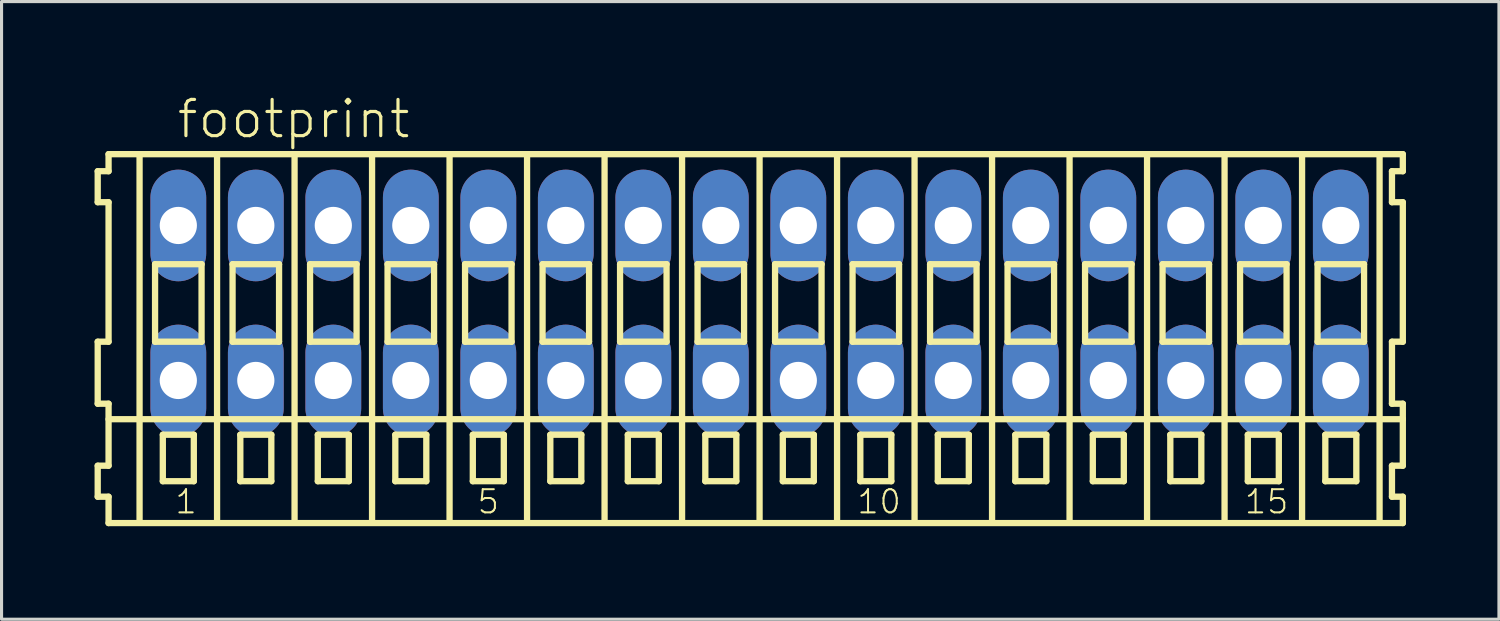
<source format=kicad_pcb>
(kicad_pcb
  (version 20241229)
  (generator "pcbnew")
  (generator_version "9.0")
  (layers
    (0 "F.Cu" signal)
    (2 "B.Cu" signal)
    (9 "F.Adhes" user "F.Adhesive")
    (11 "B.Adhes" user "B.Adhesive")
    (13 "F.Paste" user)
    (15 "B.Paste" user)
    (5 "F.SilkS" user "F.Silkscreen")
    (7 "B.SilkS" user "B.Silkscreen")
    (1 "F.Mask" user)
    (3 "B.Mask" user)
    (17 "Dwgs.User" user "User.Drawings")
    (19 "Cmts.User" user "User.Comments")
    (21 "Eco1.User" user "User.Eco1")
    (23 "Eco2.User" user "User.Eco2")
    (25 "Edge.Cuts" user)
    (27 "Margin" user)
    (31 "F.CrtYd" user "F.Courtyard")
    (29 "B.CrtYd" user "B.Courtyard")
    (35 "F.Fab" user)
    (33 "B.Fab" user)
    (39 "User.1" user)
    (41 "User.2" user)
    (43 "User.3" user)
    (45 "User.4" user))
  (footprint "footprint"
    (layer "F.Cu")
    (at 21.452 6.723)
    (property "Reference" "footprint" (at -18.85 -5.25 0) (layer "F.SilkS") (effects (font (size 1.168 1.168) (thickness 0.102)) (justify left bottom)))
    (fp_line (start -21.35 -4.25) (end -21.35 -3.25) (stroke (width 0.203) (type solid)) (layer "F.SilkS"))
    (fp_line (start -21.35 -3.25) (end -21 -3.25) (stroke (width 0.203) (type solid)) (layer "F.SilkS"))
    (fp_line (start -21.35 1.25) (end -21.35 3.25) (stroke (width 0.203) (type solid)) (layer "F.SilkS"))
    (fp_line (start -21.35 3.25) (end -21 3.25) (stroke (width 0.203) (type solid)) (layer "F.SilkS"))
    (fp_line (start -21.35 5.25) (end -21.35 6.25) (stroke (width 0.203) (type solid)) (layer "F.SilkS"))
    (fp_line (start -21.35 6.25) (end -21 6.25) (stroke (width 0.203) (type solid)) (layer "F.SilkS"))
    (fp_line (start -21 -4.8) (end -21 -4.25) (stroke (width 0.203) (type solid)) (layer "F.SilkS"))
    (fp_line (start -21 -4.25) (end -21.35 -4.25) (stroke (width 0.203) (type solid)) (layer "F.SilkS"))
    (fp_line (start -21 -3.25) (end -21 1.25) (stroke (width 0.203) (type solid)) (layer "F.SilkS"))
    (fp_line (start -21 1.25) (end -21.35 1.25) (stroke (width 0.203) (type solid)) (layer "F.SilkS"))
    (fp_line (start -21 3.25) (end -21 5.25) (stroke (width 0.203) (type solid)) (layer "F.SilkS"))
    (fp_line (start -21 3.75) (end 20.75 3.75) (stroke (width 0.203) (type solid)) (layer "F.SilkS"))
    (fp_line (start -21 5.25) (end -21.35 5.25) (stroke (width 0.203) (type solid)) (layer "F.SilkS"))
    (fp_line (start -21 6.25) (end -21 7.1) (stroke (width 0.203) (type solid)) (layer "F.SilkS"))
    (fp_line (start -21 7.1) (end 20.75 7.1) (stroke (width 0.203) (type solid)) (layer "F.SilkS"))
    (fp_line (start -20 -4.75) (end -20 7) (stroke (width 0.203) (type solid)) (layer "F.SilkS"))
    (fp_line (start -19.5 -1.25) (end -19.5 1.25) (stroke (width 0.203) (type solid)) (layer "F.SilkS"))
    (fp_line (start -19.5 1.25) (end -18 1.25) (stroke (width 0.203) (type solid)) (layer "F.SilkS"))
    (fp_line (start -19.25 4.25) (end -19.25 5.75) (stroke (width 0.203) (type solid)) (layer "F.SilkS"))
    (fp_line (start -19.25 5.75) (end -18.25 5.75) (stroke (width 0.203) (type solid)) (layer "F.SilkS"))
    (fp_line (start -18.25 4.25) (end -19.25 4.25) (stroke (width 0.203) (type solid)) (layer "F.SilkS"))
    (fp_line (start -18.25 5.75) (end -18.25 4.25) (stroke (width 0.203) (type solid)) (layer "F.SilkS"))
    (fp_line (start -18 -1.25) (end -19.5 -1.25) (stroke (width 0.203) (type solid)) (layer "F.SilkS"))
    (fp_line (start -18 1.25) (end -18 -1.25) (stroke (width 0.203) (type solid)) (layer "F.SilkS"))
    (fp_line (start -17.5 -4.75) (end -17.5 7) (stroke (width 0.203) (type solid)) (layer "F.SilkS"))
    (fp_line (start -17 -1.25) (end -17 1.25) (stroke (width 0.203) (type solid)) (layer "F.SilkS"))
    (fp_line (start -17 1.25) (end -15.5 1.25) (stroke (width 0.203) (type solid)) (layer "F.SilkS"))
    (fp_line (start -16.75 4.25) (end -16.75 5.75) (stroke (width 0.203) (type solid)) (layer "F.SilkS"))
    (fp_line (start -16.75 5.75) (end -15.75 5.75) (stroke (width 0.203) (type solid)) (layer "F.SilkS"))
    (fp_line (start -15.75 4.25) (end -16.75 4.25) (stroke (width 0.203) (type solid)) (layer "F.SilkS"))
    (fp_line (start -15.75 5.75) (end -15.75 4.25) (stroke (width 0.203) (type solid)) (layer "F.SilkS"))
    (fp_line (start -15.5 -1.25) (end -17 -1.25) (stroke (width 0.203) (type solid)) (layer "F.SilkS"))
    (fp_line (start -15.5 1.25) (end -15.5 -1.25) (stroke (width 0.203) (type solid)) (layer "F.SilkS"))
    (fp_line (start -15 -4.75) (end -15 7) (stroke (width 0.203) (type solid)) (layer "F.SilkS"))
    (fp_line (start -14.5 -1.25) (end -14.5 1.25) (stroke (width 0.203) (type solid)) (layer "F.SilkS"))
    (fp_line (start -14.5 1.25) (end -13 1.25) (stroke (width 0.203) (type solid)) (layer "F.SilkS"))
    (fp_line (start -14.25 4.25) (end -14.25 5.75) (stroke (width 0.203) (type solid)) (layer "F.SilkS"))
    (fp_line (start -14.25 5.75) (end -13.25 5.75) (stroke (width 0.203) (type solid)) (layer "F.SilkS"))
    (fp_line (start -13.25 4.25) (end -14.25 4.25) (stroke (width 0.203) (type solid)) (layer "F.SilkS"))
    (fp_line (start -13.25 5.75) (end -13.25 4.25) (stroke (width 0.203) (type solid)) (layer "F.SilkS"))
    (fp_line (start -13 -1.25) (end -14.5 -1.25) (stroke (width 0.203) (type solid)) (layer "F.SilkS"))
    (fp_line (start -13 1.25) (end -13 -1.25) (stroke (width 0.203) (type solid)) (layer "F.SilkS"))
    (fp_line (start -12.5 -4.75) (end -12.5 7) (stroke (width 0.203) (type solid)) (layer "F.SilkS"))
    (fp_line (start -12 -1.25) (end -12 1.25) (stroke (width 0.203) (type solid)) (layer "F.SilkS"))
    (fp_line (start -12 1.25) (end -10.5 1.25) (stroke (width 0.203) (type solid)) (layer "F.SilkS"))
    (fp_line (start -11.75 4.25) (end -11.75 5.75) (stroke (width 0.203) (type solid)) (layer "F.SilkS"))
    (fp_line (start -11.75 5.75) (end -10.75 5.75) (stroke (width 0.203) (type solid)) (layer "F.SilkS"))
    (fp_line (start -10.75 4.25) (end -11.75 4.25) (stroke (width 0.203) (type solid)) (layer "F.SilkS"))
    (fp_line (start -10.75 5.75) (end -10.75 4.25) (stroke (width 0.203) (type solid)) (layer "F.SilkS"))
    (fp_line (start -10.5 -1.25) (end -12 -1.25) (stroke (width 0.203) (type solid)) (layer "F.SilkS"))
    (fp_line (start -10.5 1.25) (end -10.5 -1.25) (stroke (width 0.203) (type solid)) (layer "F.SilkS"))
    (fp_line (start -10 -4.75) (end -10 7) (stroke (width 0.203) (type solid)) (layer "F.SilkS"))
    (fp_line (start -9.5 -1.25) (end -9.5 1.25) (stroke (width 0.203) (type solid)) (layer "F.SilkS"))
    (fp_line (start -9.5 1.25) (end -8 1.25) (stroke (width 0.203) (type solid)) (layer "F.SilkS"))
    (fp_line (start -9.25 4.25) (end -9.25 5.75) (stroke (width 0.203) (type solid)) (layer "F.SilkS"))
    (fp_line (start -9.25 5.75) (end -8.25 5.75) (stroke (width 0.203) (type solid)) (layer "F.SilkS"))
    (fp_line (start -8.25 4.25) (end -9.25 4.25) (stroke (width 0.203) (type solid)) (layer "F.SilkS"))
    (fp_line (start -8.25 5.75) (end -8.25 4.25) (stroke (width 0.203) (type solid)) (layer "F.SilkS"))
    (fp_line (start -8 -1.25) (end -9.5 -1.25) (stroke (width 0.203) (type solid)) (layer "F.SilkS"))
    (fp_line (start -8 1.25) (end -8 -1.25) (stroke (width 0.203) (type solid)) (layer "F.SilkS"))
    (fp_line (start -7.5 -4.75) (end -7.5 7) (stroke (width 0.203) (type solid)) (layer "F.SilkS"))
    (fp_line (start -7 -1.25) (end -7 1.25) (stroke (width 0.203) (type solid)) (layer "F.SilkS"))
    (fp_line (start -7 1.25) (end -5.5 1.25) (stroke (width 0.203) (type solid)) (layer "F.SilkS"))
    (fp_line (start -6.75 4.25) (end -6.75 5.75) (stroke (width 0.203) (type solid)) (layer "F.SilkS"))
    (fp_line (start -6.75 5.75) (end -5.75 5.75) (stroke (width 0.203) (type solid)) (layer "F.SilkS"))
    (fp_line (start -5.75 4.25) (end -6.75 4.25) (stroke (width 0.203) (type solid)) (layer "F.SilkS"))
    (fp_line (start -5.75 5.75) (end -5.75 4.25) (stroke (width 0.203) (type solid)) (layer "F.SilkS"))
    (fp_line (start -5.5 -1.25) (end -7 -1.25) (stroke (width 0.203) (type solid)) (layer "F.SilkS"))
    (fp_line (start -5.5 1.25) (end -5.5 -1.25) (stroke (width 0.203) (type solid)) (layer "F.SilkS"))
    (fp_line (start -5 -4.75) (end -5 7) (stroke (width 0.203) (type solid)) (layer "F.SilkS"))
    (fp_line (start -4.5 -1.25) (end -4.5 1.25) (stroke (width 0.203) (type solid)) (layer "F.SilkS"))
    (fp_line (start -4.5 1.25) (end -3 1.25) (stroke (width 0.203) (type solid)) (layer "F.SilkS"))
    (fp_line (start -4.25 4.25) (end -4.25 5.75) (stroke (width 0.203) (type solid)) (layer "F.SilkS"))
    (fp_line (start -4.25 5.75) (end -3.25 5.75) (stroke (width 0.203) (type solid)) (layer "F.SilkS"))
    (fp_line (start -3.25 4.25) (end -4.25 4.25) (stroke (width 0.203) (type solid)) (layer "F.SilkS"))
    (fp_line (start -3.25 5.75) (end -3.25 4.25) (stroke (width 0.203) (type solid)) (layer "F.SilkS"))
    (fp_line (start -3 -1.25) (end -4.5 -1.25) (stroke (width 0.203) (type solid)) (layer "F.SilkS"))
    (fp_line (start -3 1.25) (end -3 -1.25) (stroke (width 0.203) (type solid)) (layer "F.SilkS"))
    (fp_line (start -2.5 -4.75) (end -2.5 7) (stroke (width 0.203) (type solid)) (layer "F.SilkS"))
    (fp_line (start -2 -1.25) (end -2 1.25) (stroke (width 0.203) (type solid)) (layer "F.SilkS"))
    (fp_line (start -2 1.25) (end -0.5 1.25) (stroke (width 0.203) (type solid)) (layer "F.SilkS"))
    (fp_line (start -1.75 4.25) (end -1.75 5.75) (stroke (width 0.203) (type solid)) (layer "F.SilkS"))
    (fp_line (start -1.75 5.75) (end -0.75 5.75) (stroke (width 0.203) (type solid)) (layer "F.SilkS"))
    (fp_line (start -0.75 4.25) (end -1.75 4.25) (stroke (width 0.203) (type solid)) (layer "F.SilkS"))
    (fp_line (start -0.75 5.75) (end -0.75 4.25) (stroke (width 0.203) (type solid)) (layer "F.SilkS"))
    (fp_line (start -0.5 -1.25) (end -2 -1.25) (stroke (width 0.203) (type solid)) (layer "F.SilkS"))
    (fp_line (start -0.5 1.25) (end -0.5 -1.25) (stroke (width 0.203) (type solid)) (layer "F.SilkS"))
    (fp_line (start 0 -4.75) (end 0 7) (stroke (width 0.203) (type solid)) (layer "F.SilkS"))
    (fp_line (start 0.5 -1.25) (end 0.5 1.25) (stroke (width 0.203) (type solid)) (layer "F.SilkS"))
    (fp_line (start 0.5 1.25) (end 2 1.25) (stroke (width 0.203) (type solid)) (layer "F.SilkS"))
    (fp_line (start 0.75 4.25) (end 0.75 5.75) (stroke (width 0.203) (type solid)) (layer "F.SilkS"))
    (fp_line (start 0.75 5.75) (end 1.75 5.75) (stroke (width 0.203) (type solid)) (layer "F.SilkS"))
    (fp_line (start 1.75 4.25) (end 0.75 4.25) (stroke (width 0.203) (type solid)) (layer "F.SilkS"))
    (fp_line (start 1.75 5.75) (end 1.75 4.25) (stroke (width 0.203) (type solid)) (layer "F.SilkS"))
    (fp_line (start 2 -1.25) (end 0.5 -1.25) (stroke (width 0.203) (type solid)) (layer "F.SilkS"))
    (fp_line (start 2 1.25) (end 2 -1.25) (stroke (width 0.203) (type solid)) (layer "F.SilkS"))
    (fp_line (start 2.5 -4.75) (end 2.5 7) (stroke (width 0.203) (type solid)) (layer "F.SilkS"))
    (fp_line (start 3 -1.25) (end 3 1.25) (stroke (width 0.203) (type solid)) (layer "F.SilkS"))
    (fp_line (start 3 1.25) (end 4.5 1.25) (stroke (width 0.203) (type solid)) (layer "F.SilkS"))
    (fp_line (start 3.25 4.25) (end 3.25 5.75) (stroke (width 0.203) (type solid)) (layer "F.SilkS"))
    (fp_line (start 3.25 5.75) (end 4.25 5.75) (stroke (width 0.203) (type solid)) (layer "F.SilkS"))
    (fp_line (start 4.25 4.25) (end 3.25 4.25) (stroke (width 0.203) (type solid)) (layer "F.SilkS"))
    (fp_line (start 4.25 5.75) (end 4.25 4.25) (stroke (width 0.203) (type solid)) (layer "F.SilkS"))
    (fp_line (start 4.5 -1.25) (end 3 -1.25) (stroke (width 0.203) (type solid)) (layer "F.SilkS"))
    (fp_line (start 4.5 1.25) (end 4.5 -1.25) (stroke (width 0.203) (type solid)) (layer "F.SilkS"))
    (fp_line (start 5 -4.75) (end 5 7) (stroke (width 0.203) (type solid)) (layer "F.SilkS"))
    (fp_line (start 5.5 -1.25) (end 5.5 1.25) (stroke (width 0.203) (type solid)) (layer "F.SilkS"))
    (fp_line (start 5.5 1.25) (end 7 1.25) (stroke (width 0.203) (type solid)) (layer "F.SilkS"))
    (fp_line (start 5.75 4.25) (end 5.75 5.75) (stroke (width 0.203) (type solid)) (layer "F.SilkS"))
    (fp_line (start 5.75 5.75) (end 6.75 5.75) (stroke (width 0.203) (type solid)) (layer "F.SilkS"))
    (fp_line (start 6.75 4.25) (end 5.75 4.25) (stroke (width 0.203) (type solid)) (layer "F.SilkS"))
    (fp_line (start 6.75 5.75) (end 6.75 4.25) (stroke (width 0.203) (type solid)) (layer "F.SilkS"))
    (fp_line (start 7 -1.25) (end 5.5 -1.25) (stroke (width 0.203) (type solid)) (layer "F.SilkS"))
    (fp_line (start 7 1.25) (end 7 -1.25) (stroke (width 0.203) (type solid)) (layer "F.SilkS"))
    (fp_line (start 7.5 -4.75) (end 7.5 7) (stroke (width 0.203) (type solid)) (layer "F.SilkS"))
    (fp_line (start 8 -1.25) (end 8 1.25) (stroke (width 0.203) (type solid)) (layer "F.SilkS"))
    (fp_line (start 8 1.25) (end 9.5 1.25) (stroke (width 0.203) (type solid)) (layer "F.SilkS"))
    (fp_line (start 8.25 4.25) (end 8.25 5.75) (stroke (width 0.203) (type solid)) (layer "F.SilkS"))
    (fp_line (start 8.25 5.75) (end 9.25 5.75) (stroke (width 0.203) (type solid)) (layer "F.SilkS"))
    (fp_line (start 9.25 4.25) (end 8.25 4.25) (stroke (width 0.203) (type solid)) (layer "F.SilkS"))
    (fp_line (start 9.25 5.75) (end 9.25 4.25) (stroke (width 0.203) (type solid)) (layer "F.SilkS"))
    (fp_line (start 9.5 -1.25) (end 8 -1.25) (stroke (width 0.203) (type solid)) (layer "F.SilkS"))
    (fp_line (start 9.5 1.25) (end 9.5 -1.25) (stroke (width 0.203) (type solid)) (layer "F.SilkS"))
    (fp_line (start 10 -4.75) (end 10 7) (stroke (width 0.203) (type solid)) (layer "F.SilkS"))
    (fp_line (start 10.5 -1.25) (end 10.5 1.25) (stroke (width 0.203) (type solid)) (layer "F.SilkS"))
    (fp_line (start 10.5 1.25) (end 12 1.25) (stroke (width 0.203) (type solid)) (layer "F.SilkS"))
    (fp_line (start 10.75 4.25) (end 10.75 5.75) (stroke (width 0.203) (type solid)) (layer "F.SilkS"))
    (fp_line (start 10.75 5.75) (end 11.75 5.75) (stroke (width 0.203) (type solid)) (layer "F.SilkS"))
    (fp_line (start 11.75 4.25) (end 10.75 4.25) (stroke (width 0.203) (type solid)) (layer "F.SilkS"))
    (fp_line (start 11.75 5.75) (end 11.75 4.25) (stroke (width 0.203) (type solid)) (layer "F.SilkS"))
    (fp_line (start 12 -1.25) (end 10.5 -1.25) (stroke (width 0.203) (type solid)) (layer "F.SilkS"))
    (fp_line (start 12 1.25) (end 12 -1.25) (stroke (width 0.203) (type solid)) (layer "F.SilkS"))
    (fp_line (start 12.5 -4.75) (end 12.5 7) (stroke (width 0.203) (type solid)) (layer "F.SilkS"))
    (fp_line (start 13 -1.25) (end 13 1.25) (stroke (width 0.203) (type solid)) (layer "F.SilkS"))
    (fp_line (start 13 1.25) (end 14.5 1.25) (stroke (width 0.203) (type solid)) (layer "F.SilkS"))
    (fp_line (start 13.25 4.25) (end 13.25 5.75) (stroke (width 0.203) (type solid)) (layer "F.SilkS"))
    (fp_line (start 13.25 5.75) (end 14.25 5.75) (stroke (width 0.203) (type solid)) (layer "F.SilkS"))
    (fp_line (start 14.25 4.25) (end 13.25 4.25) (stroke (width 0.203) (type solid)) (layer "F.SilkS"))
    (fp_line (start 14.25 5.75) (end 14.25 4.25) (stroke (width 0.203) (type solid)) (layer "F.SilkS"))
    (fp_line (start 14.5 -1.25) (end 13 -1.25) (stroke (width 0.203) (type solid)) (layer "F.SilkS"))
    (fp_line (start 14.5 1.25) (end 14.5 -1.25) (stroke (width 0.203) (type solid)) (layer "F.SilkS"))
    (fp_line (start 15 -4.75) (end 15 7) (stroke (width 0.203) (type solid)) (layer "F.SilkS"))
    (fp_line (start 15.5 -1.25) (end 15.5 1.25) (stroke (width 0.203) (type solid)) (layer "F.SilkS"))
    (fp_line (start 15.5 1.25) (end 17 1.25) (stroke (width 0.203) (type solid)) (layer "F.SilkS"))
    (fp_line (start 15.75 4.25) (end 15.75 5.75) (stroke (width 0.203) (type solid)) (layer "F.SilkS"))
    (fp_line (start 15.75 5.75) (end 16.75 5.75) (stroke (width 0.203) (type solid)) (layer "F.SilkS"))
    (fp_line (start 16.75 4.25) (end 15.75 4.25) (stroke (width 0.203) (type solid)) (layer "F.SilkS"))
    (fp_line (start 16.75 5.75) (end 16.75 4.25) (stroke (width 0.203) (type solid)) (layer "F.SilkS"))
    (fp_line (start 17 -1.25) (end 15.5 -1.25) (stroke (width 0.203) (type solid)) (layer "F.SilkS"))
    (fp_line (start 17 1.25) (end 17 -1.25) (stroke (width 0.203) (type solid)) (layer "F.SilkS"))
    (fp_line (start 17.5 -4.75) (end 17.5 7) (stroke (width 0.203) (type solid)) (layer "F.SilkS"))
    (fp_line (start 18 -1.25) (end 18 1.25) (stroke (width 0.203) (type solid)) (layer "F.SilkS"))
    (fp_line (start 18 1.25) (end 19.5 1.25) (stroke (width 0.203) (type solid)) (layer "F.SilkS"))
    (fp_line (start 18.25 4.25) (end 18.25 5.75) (stroke (width 0.203) (type solid)) (layer "F.SilkS"))
    (fp_line (start 18.25 5.75) (end 19.25 5.75) (stroke (width 0.203) (type solid)) (layer "F.SilkS"))
    (fp_line (start 19.25 4.25) (end 18.25 4.25) (stroke (width 0.203) (type solid)) (layer "F.SilkS"))
    (fp_line (start 19.25 5.75) (end 19.25 4.25) (stroke (width 0.203) (type solid)) (layer "F.SilkS"))
    (fp_line (start 19.5 -1.25) (end 18 -1.25) (stroke (width 0.203) (type solid)) (layer "F.SilkS"))
    (fp_line (start 19.5 1.25) (end 19.5 -1.25) (stroke (width 0.203) (type solid)) (layer "F.SilkS"))
    (fp_line (start 20 -4.75) (end 20 7) (stroke (width 0.203) (type solid)) (layer "F.SilkS"))
    (fp_line (start 20.4 -4.25) (end 20.4 -3.25) (stroke (width 0.203) (type solid)) (layer "F.SilkS"))
    (fp_line (start 20.4 -3.25) (end 20.75 -3.25) (stroke (width 0.203) (type solid)) (layer "F.SilkS"))
    (fp_line (start 20.4 1.25) (end 20.4 3.25) (stroke (width 0.203) (type solid)) (layer "F.SilkS"))
    (fp_line (start 20.4 3.25) (end 20.75 3.25) (stroke (width 0.203) (type solid)) (layer "F.SilkS"))
    (fp_line (start 20.4 5.25) (end 20.4 6.25) (stroke (width 0.203) (type solid)) (layer "F.SilkS"))
    (fp_line (start 20.4 6.25) (end 20.75 6.25) (stroke (width 0.203) (type solid)) (layer "F.SilkS"))
    (fp_line (start 20.75 -4.8) (end -21 -4.8) (stroke (width 0.203) (type solid)) (layer "F.SilkS"))
    (fp_line (start 20.75 -4.25) (end 20.4 -4.25) (stroke (width 0.203) (type solid)) (layer "F.SilkS"))
    (fp_line (start 20.75 -4.25) (end 20.75 -4.8) (stroke (width 0.203) (type solid)) (layer "F.SilkS"))
    (fp_line (start 20.75 1.25) (end 20.4 1.25) (stroke (width 0.203) (type solid)) (layer "F.SilkS"))
    (fp_line (start 20.75 1.25) (end 20.75 -3.25) (stroke (width 0.203) (type solid)) (layer "F.SilkS"))
    (fp_line (start 20.75 3.75) (end 20.75 3.25) (stroke (width 0.203) (type solid)) (layer "F.SilkS"))
    (fp_line (start 20.75 5.25) (end 20.4 5.25) (stroke (width 0.203) (type solid)) (layer "F.SilkS"))
    (fp_line (start 20.75 5.25) (end 20.75 3.75) (stroke (width 0.203) (type solid)) (layer "F.SilkS"))
    (fp_line (start 20.75 7.1) (end 20.75 6.25) (stroke (width 0.203) (type solid)) (layer "F.SilkS"))
    (fp_text user "1" (at -18.9 6.85 0) (layer "F.SilkS") (effects (font (size 0.748 0.748) (thickness 0.065)) (justify left bottom)))
    (fp_text user "15" (at 15.6 6.85 0) (layer "F.SilkS") (effects (font (size 0.748 0.748) (thickness 0.065)) (justify left bottom)))
    (fp_text user "10" (at 3.1 6.85 0) (layer "F.SilkS") (effects (font (size 0.748 0.748) (thickness 0.065)) (justify left bottom)))
    (fp_text user "5" (at -9.15 6.85 0) (layer "F.SilkS") (effects (font (size 0.748 0.748) (thickness 0.065)) (justify left bottom)))
    (pad "A1" thru_hole oval (at -18.75 -2.5 90) (size 3.6 1.8) (drill 1.2) (layers "*.Cu" "*.Mask"))
    (pad "A2" thru_hole oval (at -16.25 -2.5 90) (size 3.6 1.8) (drill 1.2) (layers "*.Cu" "*.Mask"))
    (pad "A3" thru_hole oval (at -13.75 -2.5 90) (size 3.6 1.8) (drill 1.2) (layers "*.Cu" "*.Mask"))
    (pad "A4" thru_hole oval (at -11.25 -2.5 90) (size 3.6 1.8) (drill 1.2) (layers "*.Cu" "*.Mask"))
    (pad "A5" thru_hole oval (at -8.75 -2.5 90) (size 3.6 1.8) (drill 1.2) (layers "*.Cu" "*.Mask"))
    (pad "A6" thru_hole oval (at -6.25 -2.5 90) (size 3.6 1.8) (drill 1.2) (layers "*.Cu" "*.Mask"))
    (pad "A7" thru_hole oval (at -3.75 -2.5 90) (size 3.6 1.8) (drill 1.2) (layers "*.Cu" "*.Mask"))
    (pad "A8" thru_hole oval (at -1.25 -2.5 90) (size 3.6 1.8) (drill 1.2) (layers "*.Cu" "*.Mask"))
    (pad "A9" thru_hole oval (at 1.25 -2.5 90) (size 3.6 1.8) (drill 1.2) (layers "*.Cu" "*.Mask"))
    (pad "A10" thru_hole oval (at 3.75 -2.5 90) (size 3.6 1.8) (drill 1.2) (layers "*.Cu" "*.Mask"))
    (pad "A11" thru_hole oval (at 6.25 -2.5 90) (size 3.6 1.8) (drill 1.2) (layers "*.Cu" "*.Mask"))
    (pad "A12" thru_hole oval (at 8.75 -2.5 90) (size 3.6 1.8) (drill 1.2) (layers "*.Cu" "*.Mask"))
    (pad "A13" thru_hole oval (at 11.25 -2.5 90) (size 3.6 1.8) (drill 1.2) (layers "*.Cu" "*.Mask"))
    (pad "A14" thru_hole oval (at 13.75 -2.5 90) (size 3.6 1.8) (drill 1.2) (layers "*.Cu" "*.Mask"))
    (pad "A15" thru_hole oval (at 16.25 -2.5 90) (size 3.6 1.8) (drill 1.2) (layers "*.Cu" "*.Mask"))
    (pad "A16" thru_hole oval (at 18.75 -2.5 90) (size 3.6 1.8) (drill 1.2) (layers "*.Cu" "*.Mask"))
    (pad "B1" thru_hole oval (at -18.75 2.5 90) (size 3.6 1.8) (drill 1.2) (layers "*.Cu" "*.Mask"))
    (pad "B2" thru_hole oval (at -16.25 2.5 90) (size 3.6 1.8) (drill 1.2) (layers "*.Cu" "*.Mask"))
    (pad "B3" thru_hole oval (at -13.75 2.5 90) (size 3.6 1.8) (drill 1.2) (layers "*.Cu" "*.Mask"))
    (pad "B4" thru_hole oval (at -11.25 2.5 90) (size 3.6 1.8) (drill 1.2) (layers "*.Cu" "*.Mask"))
    (pad "B5" thru_hole oval (at -8.75 2.5 90) (size 3.6 1.8) (drill 1.2) (layers "*.Cu" "*.Mask"))
    (pad "B6" thru_hole oval (at -6.25 2.5 90) (size 3.6 1.8) (drill 1.2) (layers "*.Cu" "*.Mask"))
    (pad "B7" thru_hole oval (at -3.75 2.5 90) (size 3.6 1.8) (drill 1.2) (layers "*.Cu" "*.Mask"))
    (pad "B8" thru_hole oval (at -1.25 2.5 90) (size 3.6 1.8) (drill 1.2) (layers "*.Cu" "*.Mask"))
    (pad "B9" thru_hole oval (at 1.25 2.5 90) (size 3.6 1.8) (drill 1.2) (layers "*.Cu" "*.Mask"))
    (pad "B10" thru_hole oval (at 3.75 2.5 90) (size 3.6 1.8) (drill 1.2) (layers "*.Cu" "*.Mask"))
    (pad "B11" thru_hole oval (at 6.25 2.5 90) (size 3.6 1.8) (drill 1.2) (layers "*.Cu" "*.Mask"))
    (pad "B12" thru_hole oval (at 8.75 2.5 90) (size 3.6 1.8) (drill 1.2) (layers "*.Cu" "*.Mask"))
    (pad "B13" thru_hole oval (at 11.25 2.5 90) (size 3.6 1.8) (drill 1.2) (layers "*.Cu" "*.Mask"))
    (pad "B14" thru_hole oval (at 13.75 2.5 90) (size 3.6 1.8) (drill 1.2) (layers "*.Cu" "*.Mask"))
    (pad "B15" thru_hole oval (at 16.25 2.5 90) (size 3.6 1.8) (drill 1.2) (layers "*.Cu" "*.Mask"))
    (pad "B16" thru_hole oval (at 18.75 2.5 90) (size 3.6 1.8) (drill 1.2) (layers "*.Cu" "*.Mask")))
  (gr_rect
    (start -3 -3)
    (end 45.303 16.925)
    (stroke (width 0.1) (type default))
    (fill no)
    (layer "Edge.Cuts")))
</source>
